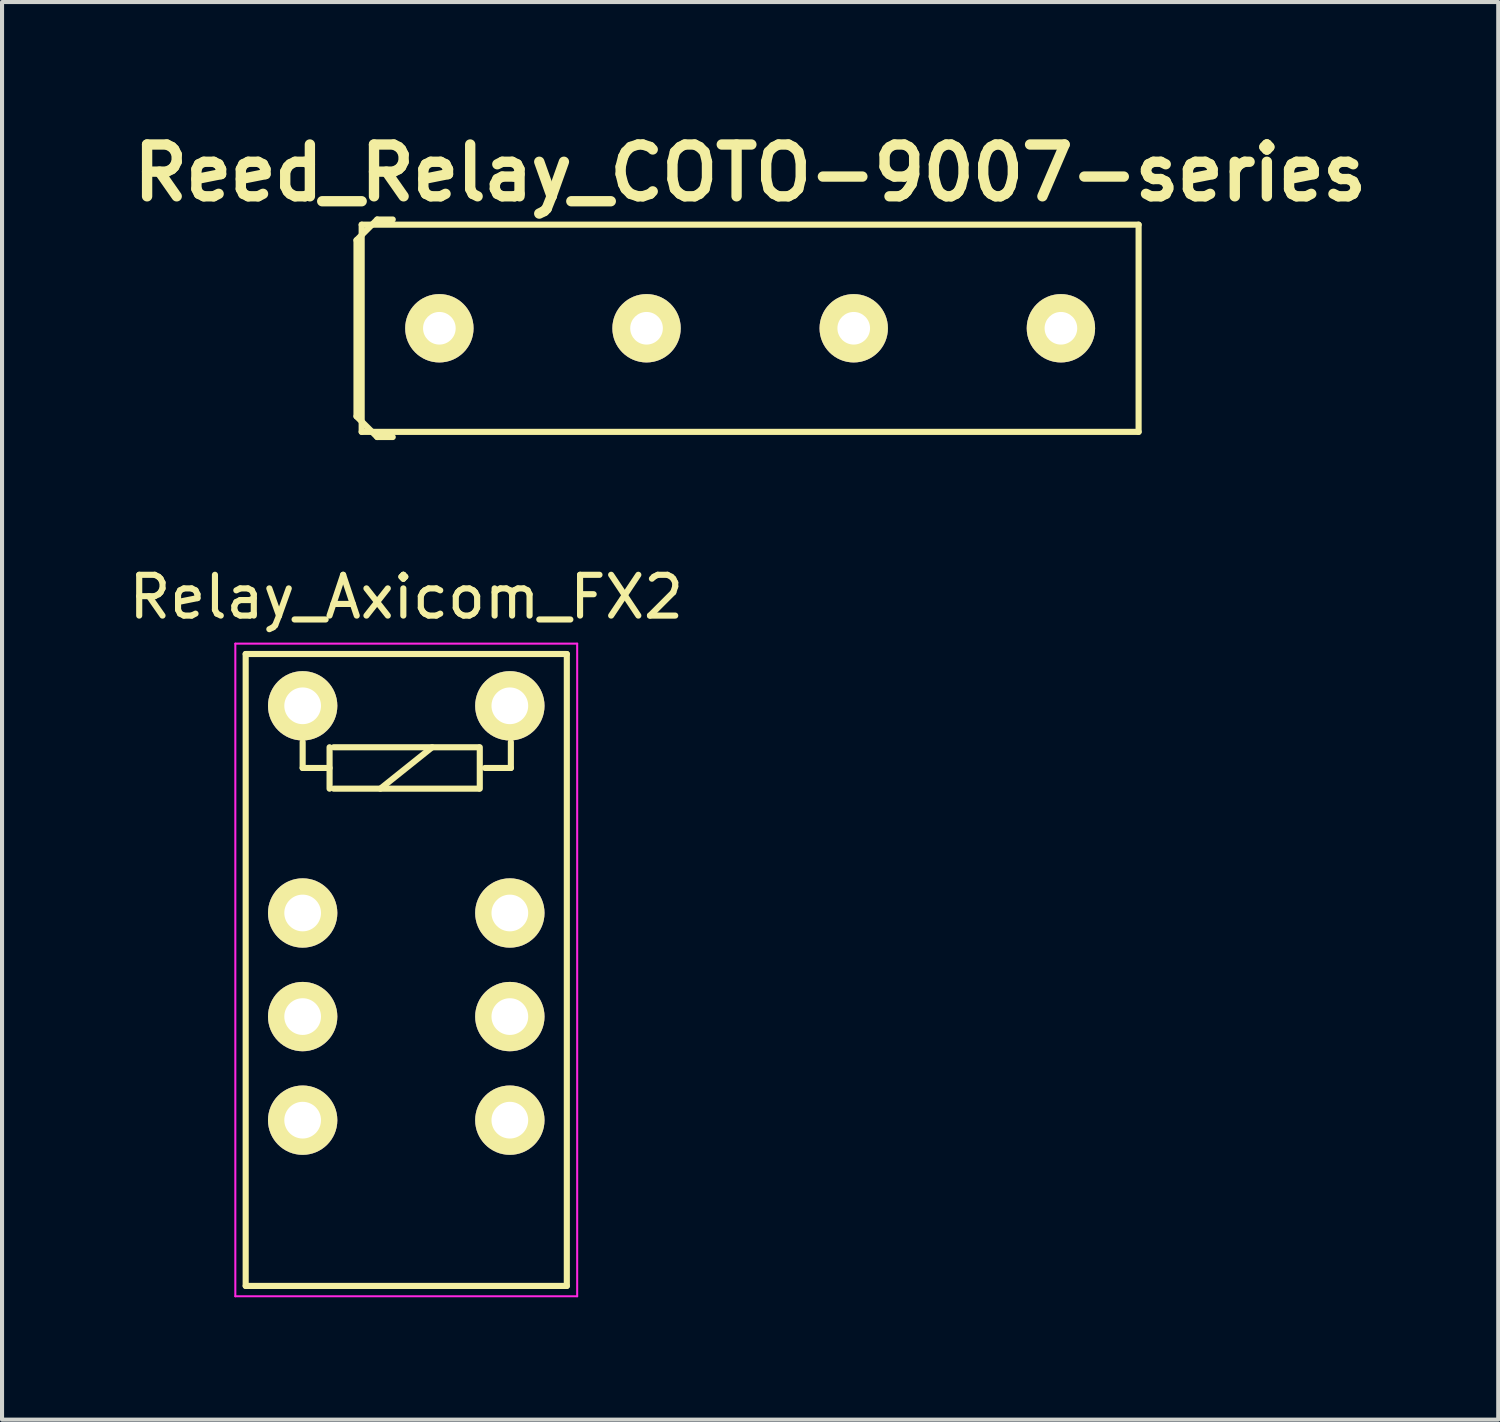
<source format=kicad_pcb>
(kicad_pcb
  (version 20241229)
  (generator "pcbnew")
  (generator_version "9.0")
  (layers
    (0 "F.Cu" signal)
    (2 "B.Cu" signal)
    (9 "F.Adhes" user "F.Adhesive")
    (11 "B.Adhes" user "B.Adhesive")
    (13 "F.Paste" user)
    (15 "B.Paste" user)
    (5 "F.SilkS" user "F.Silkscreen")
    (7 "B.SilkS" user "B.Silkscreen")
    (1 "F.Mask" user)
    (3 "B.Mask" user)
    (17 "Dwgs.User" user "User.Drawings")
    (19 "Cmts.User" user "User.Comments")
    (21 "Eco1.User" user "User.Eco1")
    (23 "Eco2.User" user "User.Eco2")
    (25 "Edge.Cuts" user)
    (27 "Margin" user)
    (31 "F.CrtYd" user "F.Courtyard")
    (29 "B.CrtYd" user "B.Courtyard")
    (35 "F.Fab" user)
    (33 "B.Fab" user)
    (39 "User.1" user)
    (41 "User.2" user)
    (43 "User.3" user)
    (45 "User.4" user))
  (footprint "Reed_Relay_COTO-9007-series"
    (layer "F.Cu")
    (at 15.343 4.999)
    (property "Reference" "Reed_Relay_COTO-9007-series" (at 0 -3.81 0) (layer "F.SilkS") (effects (font (size 1.27 1.27) (thickness 0.254))))
    (attr through_hole)
    (fp_line (start -9.652 -2.159) (end -9.652 2.159) (stroke (width 0.15) (type solid)) (layer "F.SilkS"))
    (fp_line (start -9.652 -2.159) (end -9.144 -2.667) (stroke (width 0.15) (type solid)) (layer "F.SilkS"))
    (fp_line (start -9.652 2.159) (end -9.144 2.667) (stroke (width 0.15) (type solid)) (layer "F.SilkS"))
    (fp_line (start -9.525 -2.54) (end -9.525 2.54) (stroke (width 0.15) (type solid)) (layer "F.SilkS"))
    (fp_line (start -9.525 2.54) (end 9.525 2.54) (stroke (width 0.15) (type solid)) (layer "F.SilkS"))
    (fp_line (start -9.144 -2.667) (end -8.763 -2.667) (stroke (width 0.15) (type solid)) (layer "F.SilkS"))
    (fp_line (start -9.144 2.667) (end -8.763 2.667) (stroke (width 0.15) (type solid)) (layer "F.SilkS"))
    (fp_line (start 9.525 -2.54) (end -9.525 -2.54) (stroke (width 0.15) (type solid)) (layer "F.SilkS"))
    (fp_line (start 9.525 2.54) (end 9.525 -2.54) (stroke (width 0.15) (type solid)) (layer "F.SilkS"))
    (pad "1" thru_hole circle (at -7.62 0) (size 1.676 1.676) (drill 0.8) (layers "*.Cu" "*.Mask" "F.SilkS"))
    (pad "2" thru_hole circle (at -2.54 0) (size 1.676 1.676) (drill 0.8) (layers "*.Cu" "*.Mask" "F.SilkS"))
    (pad "3" thru_hole circle (at 2.54 0) (size 1.676 1.676) (drill 0.8) (layers "*.Cu" "*.Mask" "F.SilkS"))
    (pad "4" thru_hole circle (at 7.62 0) (size 1.676 1.676) (drill 0.8) (layers "*.Cu" "*.Mask" "F.SilkS")))
  (footprint "Relay_Axicom_FX2"
    (layer "F.Cu")
    (at 6.911 21.876)
    (property "Reference" "Relay_Axicom_FX2" (at 0 -10.287 0) (layer "F.SilkS") (effects (font (size 1 1) (thickness 0.15))))
    (attr through_hole)
    (fp_line (start -3.937 -8.89) (end -3.937 6.604) (stroke (width 0.15) (type solid)) (layer "F.SilkS"))
    (fp_line (start -2.54 -6.731) (end -2.54 -6.096) (stroke (width 0.15) (type solid)) (layer "F.SilkS"))
    (fp_line (start -2.54 -6.096) (end -1.88 -6.096) (stroke (width 0.15) (type solid)) (layer "F.SilkS"))
    (fp_line (start -1.88 -6.604) (end -1.88 -5.588) (stroke (width 0.15) (type solid)) (layer "F.SilkS"))
    (fp_line (start -1.778 -5.588) (end 1.778 -5.588) (stroke (width 0.15) (type solid)) (layer "F.SilkS"))
    (fp_line (start 0.635 -6.604) (end -0.635 -5.588) (stroke (width 0.15) (type solid)) (layer "F.SilkS"))
    (fp_line (start 1.778 -6.604) (end -1.778 -6.604) (stroke (width 0.15) (type solid)) (layer "F.SilkS"))
    (fp_line (start 1.803 -6.604) (end 1.803 -5.588) (stroke (width 0.15) (type solid)) (layer "F.SilkS"))
    (fp_line (start 2.565 -6.731) (end 2.565 -6.096) (stroke (width 0.15) (type solid)) (layer "F.SilkS"))
    (fp_line (start 2.565 -6.096) (end 1.93 -6.096) (stroke (width 0.15) (type solid)) (layer "F.SilkS"))
    (fp_line (start 3.937 -8.89) (end -3.937 -8.89) (stroke (width 0.15) (type solid)) (layer "F.SilkS"))
    (fp_line (start 3.937 -8.89) (end 3.937 6.604) (stroke (width 0.15) (type solid)) (layer "F.SilkS"))
    (fp_line (start 3.937 6.604) (end -3.937 6.604) (stroke (width 0.15) (type solid)) (layer "F.SilkS"))
    (fp_line (start -4.191 -9.144) (end 4.191 -9.144) (stroke (width 0.05) (type solid)) (layer "F.CrtYd"))
    (fp_line (start -4.191 6.858) (end -4.191 -9.144) (stroke (width 0.05) (type solid)) (layer "F.CrtYd"))
    (fp_line (start 4.19 6.858) (end -4.19 6.858) (stroke (width 0.05) (type solid)) (layer "F.CrtYd"))
    (fp_line (start 4.191 -9.144) (end 4.191 6.858) (stroke (width 0.05) (type solid)) (layer "F.CrtYd"))
    (pad "1" thru_hole circle (at -2.54 -7.62 270) (size 1.7 1.7) (drill 0.9) (layers "*.Cu" "*.Mask" "F.SilkS"))
    (pad "3" thru_hole circle (at -2.54 -2.54 270) (size 1.7 1.7) (drill 0.9) (layers "*.Cu" "*.Mask" "F.SilkS"))
    (pad "4" thru_hole circle (at -2.54 0 270) (size 1.7 1.7) (drill 0.9) (layers "*.Cu" "*.Mask" "F.SilkS"))
    (pad "5" thru_hole circle (at -2.54 2.54 270) (size 1.7 1.7) (drill 0.9) (layers "*.Cu" "*.Mask" "F.SilkS"))
    (pad "6" thru_hole circle (at 2.54 2.54 270) (size 1.7 1.7) (drill 0.9) (layers "*.Cu" "*.Mask" "F.SilkS"))
    (pad "7" thru_hole circle (at 2.54 0 270) (size 1.7 1.7) (drill 0.9) (layers "*.Cu" "*.Mask" "F.SilkS"))
    (pad "8" thru_hole circle (at 2.54 -2.54 270) (size 1.7 1.7) (drill 0.9) (layers "*.Cu" "*.Mask" "F.SilkS"))
    (pad "10" thru_hole circle (at 2.54 -7.62 270) (size 1.7 1.7) (drill 0.9) (layers "*.Cu" "*.Mask" "F.SilkS")))
  (gr_rect
    (start -3 -3)
    (end 33.686 31.759)
    (stroke (width 0.1) (type default))
    (fill no)
    (layer "Edge.Cuts")))
</source>
